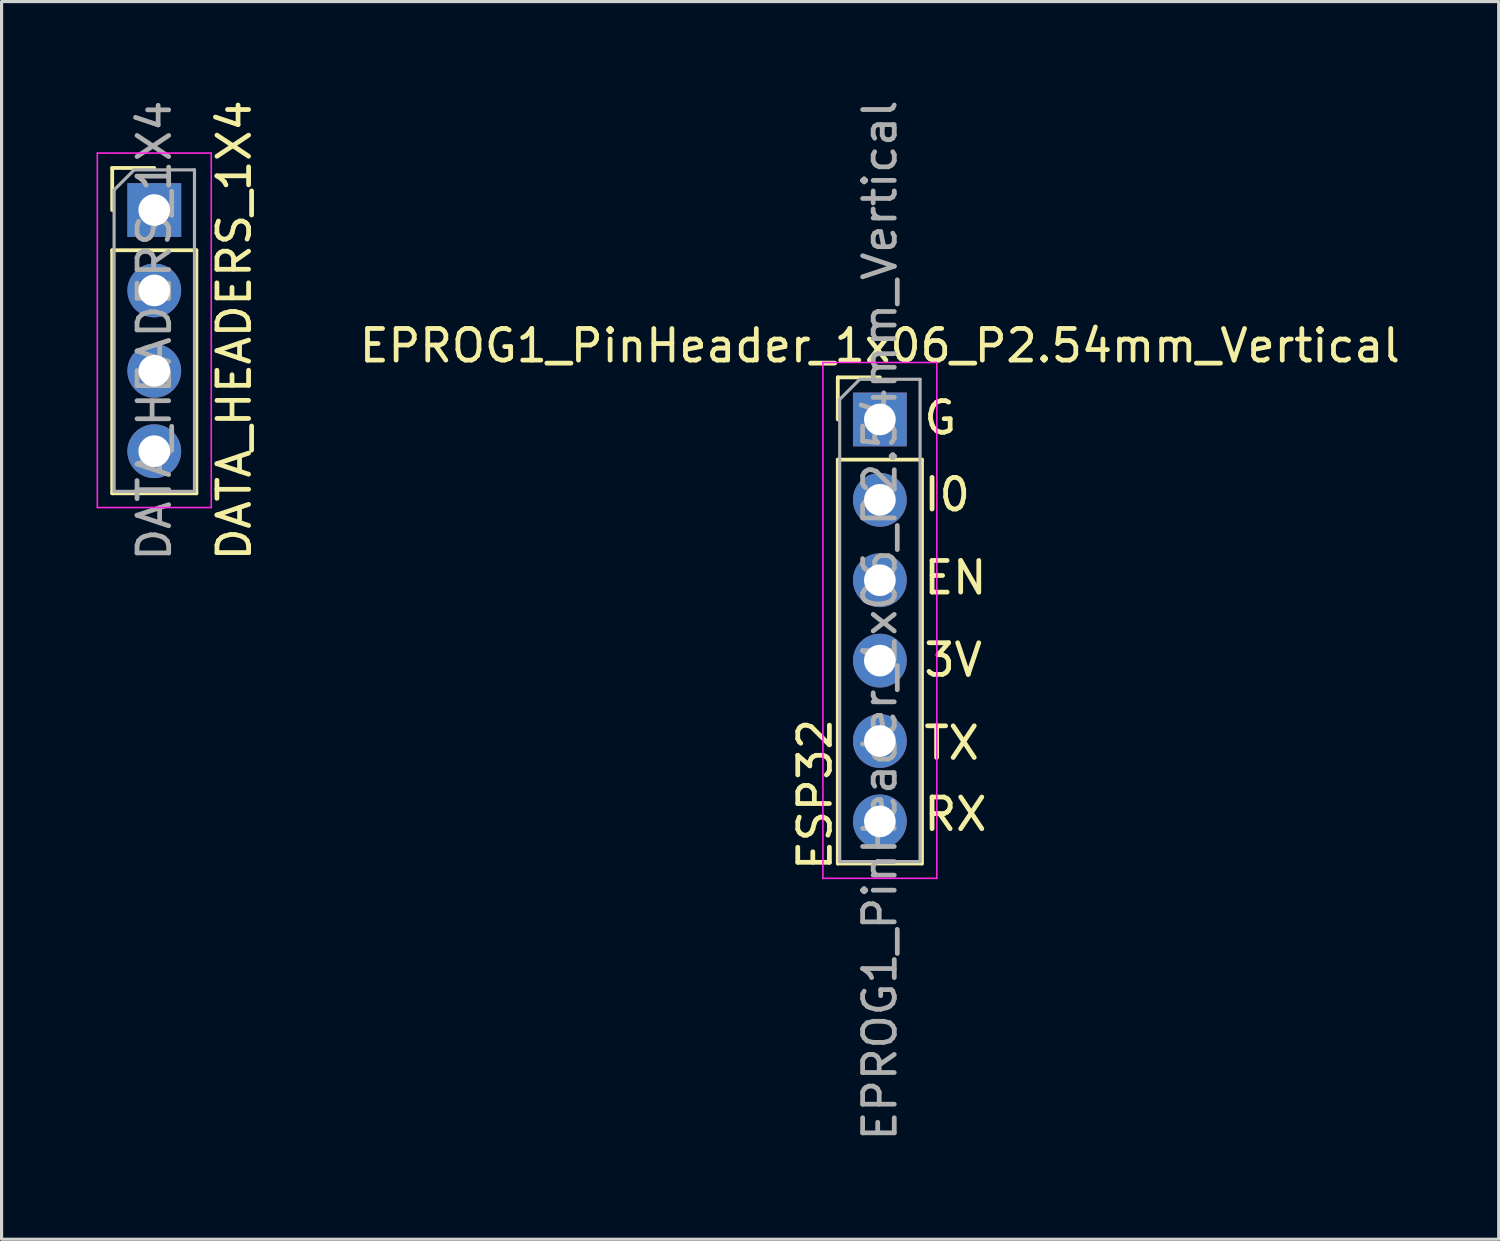
<source format=kicad_pcb>
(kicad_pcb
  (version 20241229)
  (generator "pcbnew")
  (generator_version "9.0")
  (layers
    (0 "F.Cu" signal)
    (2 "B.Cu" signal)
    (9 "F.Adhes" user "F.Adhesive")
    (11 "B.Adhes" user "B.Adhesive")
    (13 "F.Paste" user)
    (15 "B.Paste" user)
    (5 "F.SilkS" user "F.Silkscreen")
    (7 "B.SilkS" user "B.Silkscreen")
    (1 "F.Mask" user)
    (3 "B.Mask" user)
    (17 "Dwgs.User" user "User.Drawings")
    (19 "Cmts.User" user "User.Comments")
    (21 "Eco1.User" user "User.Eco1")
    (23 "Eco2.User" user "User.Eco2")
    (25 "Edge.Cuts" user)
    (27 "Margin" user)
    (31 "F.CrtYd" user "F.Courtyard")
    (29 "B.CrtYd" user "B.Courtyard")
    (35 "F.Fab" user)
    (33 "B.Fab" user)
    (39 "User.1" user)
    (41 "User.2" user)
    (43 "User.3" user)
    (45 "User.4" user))
  (footprint "EPROG1_PinHeader_1x06_P2.54mm_Vertical"
    (layer "F.Cu")
    (at 24.752 10.204)
    (property "Reference" "EPROG1_PinHeader_1x06_P2.54mm_Vertical" (at 0 -2.33 0) (layer "F.SilkS") (effects (font (size 1 1) (thickness 0.15))))
    (attr through_hole exclude_from_bom)
    (fp_line (start -1.33 -1.33) (end 0 -1.33) (stroke (width 0.12) (type solid)) (layer "F.SilkS"))
    (fp_line (start -1.33 0) (end -1.33 -1.33) (stroke (width 0.12) (type solid)) (layer "F.SilkS"))
    (fp_line (start -1.33 1.27) (end -1.33 14.03) (stroke (width 0.12) (type solid)) (layer "F.SilkS"))
    (fp_line (start -1.33 1.27) (end 1.33 1.27) (stroke (width 0.12) (type solid)) (layer "F.SilkS"))
    (fp_line (start -1.33 14.03) (end 1.33 14.03) (stroke (width 0.12) (type solid)) (layer "F.SilkS"))
    (fp_line (start 1.33 1.27) (end 1.33 14.03) (stroke (width 0.12) (type solid)) (layer "F.SilkS"))
    (fp_line (start -1.8 -1.8) (end -1.8 14.5) (stroke (width 0.05) (type solid)) (layer "F.CrtYd"))
    (fp_line (start -1.8 14.5) (end 1.8 14.5) (stroke (width 0.05) (type solid)) (layer "F.CrtYd"))
    (fp_line (start 1.8 -1.8) (end -1.8 -1.8) (stroke (width 0.05) (type solid)) (layer "F.CrtYd"))
    (fp_line (start 1.8 14.5) (end 1.8 -1.8) (stroke (width 0.05) (type solid)) (layer "F.CrtYd"))
    (fp_line (start -1.27 -0.635) (end -0.635 -1.27) (stroke (width 0.1) (type solid)) (layer "F.Fab"))
    (fp_line (start -1.27 13.97) (end -1.27 -0.635) (stroke (width 0.1) (type solid)) (layer "F.Fab"))
    (fp_line (start -0.635 -1.27) (end 1.27 -1.27) (stroke (width 0.1) (type solid)) (layer "F.Fab"))
    (fp_line (start 1.27 -1.27) (end 1.27 13.97) (stroke (width 0.1) (type solid)) (layer "F.Fab"))
    (fp_line (start 1.27 13.97) (end -1.27 13.97) (stroke (width 0.1) (type solid)) (layer "F.Fab"))
    (fp_text user "TX" (at 2.268 10.225 0) (unlocked yes) (layer "F.SilkS") (effects (font (size 1 1) (thickness 0.15))))
    (fp_text user "ESP32" (at -2.05 11.85 90) (unlocked yes) (layer "F.SilkS") (effects (font (size 1 1) (thickness 0.15))))
    (fp_text user "G" (at 1.911 -0.05 0) (unlocked yes) (layer "F.SilkS") (effects (font (size 1 1) (thickness 0.15))))
    (fp_text user "I0" (at 2.125 2.375 0) (unlocked yes) (layer "F.SilkS") (effects (font (size 1 1) (thickness 0.15))))
    (fp_text user "3V" (at 2.315 7.6 0) (unlocked yes) (layer "F.SilkS") (effects (font (size 1 1) (thickness 0.15))))
    (fp_text user "EN" (at 2.387 5 0) (unlocked yes) (layer "F.SilkS") (effects (font (size 1 1) (thickness 0.15))))
    (fp_text user "RX" (at 2.387 12.475 0) (unlocked yes) (layer "F.SilkS") (effects (font (size 1 1) (thickness 0.15))))
    (fp_text user "${REFERENCE}" (at 0 6.35 90) (layer "F.Fab") (effects (font (size 1 1) (thickness 0.15))))
    (pad "1" thru_hole rect (at 0 0) (size 1.7 1.7) (drill 1) (layers "*.Cu" "*.Mask"))
    (pad "2" thru_hole oval (at 0 2.54) (size 1.7 1.7) (drill 1) (layers "*.Cu" "*.Mask"))
    (pad "3" thru_hole oval (at 0 5.08) (size 1.7 1.7) (drill 1) (layers "*.Cu" "*.Mask"))
    (pad "4" thru_hole oval (at 0 7.62) (size 1.7 1.7) (drill 1) (layers "*.Cu" "*.Mask"))
    (pad "5" thru_hole oval (at 0 10.16) (size 1.7 1.7) (drill 1) (layers "*.Cu" "*.Mask"))
    (pad "6" thru_hole oval (at 0 12.7) (size 1.7 1.7) (drill 1) (layers "*.Cu" "*.Mask")))
  (footprint "DATA_HEADERS_1X4"
    (layer "F.Cu")
    (at 1.825 3.587)
    (property "Reference" "DATA_HEADERS_1X4" (at 2.525 3.8 270) (layer "F.SilkS") (effects (font (size 1 1) (thickness 0.15))))
    (attr through_hole exclude_from_bom)
    (fp_line (start -1.33 -1.33) (end 0 -1.33) (stroke (width 0.12) (type solid)) (layer "F.SilkS"))
    (fp_line (start -1.33 0) (end -1.33 -1.33) (stroke (width 0.12) (type solid)) (layer "F.SilkS"))
    (fp_line (start -1.33 1.27) (end -1.33 8.95) (stroke (width 0.12) (type solid)) (layer "F.SilkS"))
    (fp_line (start -1.33 1.27) (end 1.33 1.27) (stroke (width 0.12) (type solid)) (layer "F.SilkS"))
    (fp_line (start -1.33 8.95) (end 1.33 8.95) (stroke (width 0.12) (type solid)) (layer "F.SilkS"))
    (fp_line (start 1.33 1.27) (end 1.33 8.95) (stroke (width 0.12) (type solid)) (layer "F.SilkS"))
    (fp_line (start -1.8 -1.8) (end -1.8 9.4) (stroke (width 0.05) (type solid)) (layer "F.CrtYd"))
    (fp_line (start -1.8 9.4) (end 1.8 9.4) (stroke (width 0.05) (type solid)) (layer "F.CrtYd"))
    (fp_line (start 1.8 -1.8) (end -1.8 -1.8) (stroke (width 0.05) (type solid)) (layer "F.CrtYd"))
    (fp_line (start 1.8 9.4) (end 1.8 -1.8) (stroke (width 0.05) (type solid)) (layer "F.CrtYd"))
    (fp_line (start -1.27 -0.635) (end -0.635 -1.27) (stroke (width 0.1) (type solid)) (layer "F.Fab"))
    (fp_line (start -1.27 8.89) (end -1.27 -0.635) (stroke (width 0.1) (type solid)) (layer "F.Fab"))
    (fp_line (start -0.635 -1.27) (end 1.27 -1.27) (stroke (width 0.1) (type solid)) (layer "F.Fab"))
    (fp_line (start 1.27 -1.27) (end 1.27 8.89) (stroke (width 0.1) (type solid)) (layer "F.Fab"))
    (fp_line (start 1.27 8.89) (end -1.27 8.89) (stroke (width 0.1) (type solid)) (layer "F.Fab"))
    (fp_text user "${REFERENCE}" (at 0 3.81 270) (layer "F.Fab") (effects (font (size 1 1) (thickness 0.15))))
    (pad "1" thru_hole rect (at 0 0) (size 1.7 1.7) (drill 1) (layers "*.Cu" "*.Mask"))
    (pad "2" thru_hole oval (at 0 2.54) (size 1.7 1.7) (drill 1) (layers "*.Cu" "*.Mask"))
    (pad "3" thru_hole oval (at 0 5.08) (size 1.7 1.7) (drill 1) (layers "*.Cu" "*.Mask"))
    (pad "4" thru_hole oval (at 0 7.62) (size 1.7 1.7) (drill 1) (layers "*.Cu" "*.Mask")))
  (gr_rect
    (start -3 -3)
    (end 44.305 36.107)
    (stroke (width 0.1) (type default))
    (fill no)
    (layer "Edge.Cuts")))
</source>
